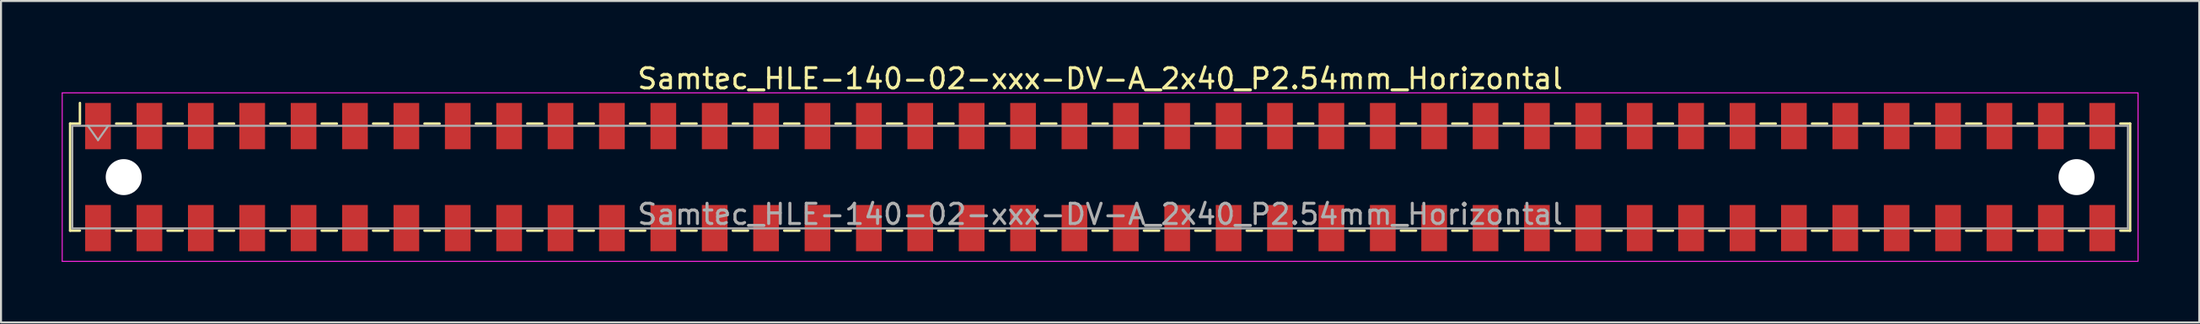
<source format=kicad_pcb>
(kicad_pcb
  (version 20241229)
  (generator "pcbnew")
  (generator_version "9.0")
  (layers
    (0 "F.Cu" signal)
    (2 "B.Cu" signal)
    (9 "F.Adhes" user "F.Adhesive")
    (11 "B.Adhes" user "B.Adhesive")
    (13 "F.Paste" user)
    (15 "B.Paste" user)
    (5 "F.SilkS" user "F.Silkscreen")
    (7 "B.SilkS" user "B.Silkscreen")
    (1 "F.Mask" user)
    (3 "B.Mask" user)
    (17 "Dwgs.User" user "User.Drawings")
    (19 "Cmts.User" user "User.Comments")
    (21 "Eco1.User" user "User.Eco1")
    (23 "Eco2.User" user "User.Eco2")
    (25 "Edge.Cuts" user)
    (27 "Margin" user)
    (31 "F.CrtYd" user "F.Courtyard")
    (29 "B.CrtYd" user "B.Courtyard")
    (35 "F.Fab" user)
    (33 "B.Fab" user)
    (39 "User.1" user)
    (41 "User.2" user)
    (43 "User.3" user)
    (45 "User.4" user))
  (footprint "Samtec_HLE-140-02-xxx-DV-A_2x40_P2.54mm_Horizontal"
    (layer "F.Cu")
    (at 51.325 5.718)
    (property "Reference" "Samtec_HLE-140-02-xxx-DV-A_2x40_P2.54mm_Horizontal" (at 0 -4.87 0) (layer "F.SilkS") (effects (font (size 1 1) (thickness 0.15))))
    (attr smd)
    (fp_line (start -50.91 -2.65) (end -50.91 2.65) (stroke (width 0.12) (type solid)) (layer "F.SilkS"))
    (fp_line (start -50.91 2.65) (end -50.425 2.65) (stroke (width 0.12) (type solid)) (layer "F.SilkS"))
    (fp_line (start -50.425 -3.67) (end -50.425 -2.65) (stroke (width 0.12) (type solid)) (layer "F.SilkS"))
    (fp_line (start -50.425 -2.65) (end -50.91 -2.65) (stroke (width 0.12) (type solid)) (layer "F.SilkS"))
    (fp_line (start -48.635 -2.65) (end -47.885 -2.65) (stroke (width 0.12) (type solid)) (layer "F.SilkS"))
    (fp_line (start -48.635 2.65) (end -47.885 2.65) (stroke (width 0.12) (type solid)) (layer "F.SilkS"))
    (fp_line (start -46.095 -2.65) (end -45.345 -2.65) (stroke (width 0.12) (type solid)) (layer "F.SilkS"))
    (fp_line (start -46.095 2.65) (end -45.345 2.65) (stroke (width 0.12) (type solid)) (layer "F.SilkS"))
    (fp_line (start -43.555 -2.65) (end -42.805 -2.65) (stroke (width 0.12) (type solid)) (layer "F.SilkS"))
    (fp_line (start -43.555 2.65) (end -42.805 2.65) (stroke (width 0.12) (type solid)) (layer "F.SilkS"))
    (fp_line (start -41.015 -2.65) (end -40.265 -2.65) (stroke (width 0.12) (type solid)) (layer "F.SilkS"))
    (fp_line (start -41.015 2.65) (end -40.265 2.65) (stroke (width 0.12) (type solid)) (layer "F.SilkS"))
    (fp_line (start -38.475 -2.65) (end -37.725 -2.65) (stroke (width 0.12) (type solid)) (layer "F.SilkS"))
    (fp_line (start -38.475 2.65) (end -37.725 2.65) (stroke (width 0.12) (type solid)) (layer "F.SilkS"))
    (fp_line (start -35.935 -2.65) (end -35.185 -2.65) (stroke (width 0.12) (type solid)) (layer "F.SilkS"))
    (fp_line (start -35.935 2.65) (end -35.185 2.65) (stroke (width 0.12) (type solid)) (layer "F.SilkS"))
    (fp_line (start -33.395 -2.65) (end -32.645 -2.65) (stroke (width 0.12) (type solid)) (layer "F.SilkS"))
    (fp_line (start -33.395 2.65) (end -32.645 2.65) (stroke (width 0.12) (type solid)) (layer "F.SilkS"))
    (fp_line (start -30.855 -2.65) (end -30.105 -2.65) (stroke (width 0.12) (type solid)) (layer "F.SilkS"))
    (fp_line (start -30.855 2.65) (end -30.105 2.65) (stroke (width 0.12) (type solid)) (layer "F.SilkS"))
    (fp_line (start -28.315 -2.65) (end -27.565 -2.65) (stroke (width 0.12) (type solid)) (layer "F.SilkS"))
    (fp_line (start -28.315 2.65) (end -27.565 2.65) (stroke (width 0.12) (type solid)) (layer "F.SilkS"))
    (fp_line (start -25.775 -2.65) (end -25.025 -2.65) (stroke (width 0.12) (type solid)) (layer "F.SilkS"))
    (fp_line (start -25.775 2.65) (end -25.025 2.65) (stroke (width 0.12) (type solid)) (layer "F.SilkS"))
    (fp_line (start -23.235 -2.65) (end -22.485 -2.65) (stroke (width 0.12) (type solid)) (layer "F.SilkS"))
    (fp_line (start -23.235 2.65) (end -22.485 2.65) (stroke (width 0.12) (type solid)) (layer "F.SilkS"))
    (fp_line (start -20.695 -2.65) (end -19.945 -2.65) (stroke (width 0.12) (type solid)) (layer "F.SilkS"))
    (fp_line (start -20.695 2.65) (end -19.945 2.65) (stroke (width 0.12) (type solid)) (layer "F.SilkS"))
    (fp_line (start -18.155 -2.65) (end -17.405 -2.65) (stroke (width 0.12) (type solid)) (layer "F.SilkS"))
    (fp_line (start -18.155 2.65) (end -17.405 2.65) (stroke (width 0.12) (type solid)) (layer "F.SilkS"))
    (fp_line (start -15.615 -2.65) (end -14.865 -2.65) (stroke (width 0.12) (type solid)) (layer "F.SilkS"))
    (fp_line (start -15.615 2.65) (end -14.865 2.65) (stroke (width 0.12) (type solid)) (layer "F.SilkS"))
    (fp_line (start -13.075 -2.65) (end -12.325 -2.65) (stroke (width 0.12) (type solid)) (layer "F.SilkS"))
    (fp_line (start -13.075 2.65) (end -12.325 2.65) (stroke (width 0.12) (type solid)) (layer "F.SilkS"))
    (fp_line (start -10.535 -2.65) (end -9.785 -2.65) (stroke (width 0.12) (type solid)) (layer "F.SilkS"))
    (fp_line (start -10.535 2.65) (end -9.785 2.65) (stroke (width 0.12) (type solid)) (layer "F.SilkS"))
    (fp_line (start -7.995 -2.65) (end -7.245 -2.65) (stroke (width 0.12) (type solid)) (layer "F.SilkS"))
    (fp_line (start -7.995 2.65) (end -7.245 2.65) (stroke (width 0.12) (type solid)) (layer "F.SilkS"))
    (fp_line (start -5.455 -2.65) (end -4.705 -2.65) (stroke (width 0.12) (type solid)) (layer "F.SilkS"))
    (fp_line (start -5.455 2.65) (end -4.705 2.65) (stroke (width 0.12) (type solid)) (layer "F.SilkS"))
    (fp_line (start -2.915 -2.65) (end -2.165 -2.65) (stroke (width 0.12) (type solid)) (layer "F.SilkS"))
    (fp_line (start -2.915 2.65) (end -2.165 2.65) (stroke (width 0.12) (type solid)) (layer "F.SilkS"))
    (fp_line (start -0.375 -2.65) (end 0.375 -2.65) (stroke (width 0.12) (type solid)) (layer "F.SilkS"))
    (fp_line (start -0.375 2.65) (end 0.375 2.65) (stroke (width 0.12) (type solid)) (layer "F.SilkS"))
    (fp_line (start 2.165 -2.65) (end 2.915 -2.65) (stroke (width 0.12) (type solid)) (layer "F.SilkS"))
    (fp_line (start 2.165 2.65) (end 2.915 2.65) (stroke (width 0.12) (type solid)) (layer "F.SilkS"))
    (fp_line (start 4.705 -2.65) (end 5.455 -2.65) (stroke (width 0.12) (type solid)) (layer "F.SilkS"))
    (fp_line (start 4.705 2.65) (end 5.455 2.65) (stroke (width 0.12) (type solid)) (layer "F.SilkS"))
    (fp_line (start 7.245 -2.65) (end 7.995 -2.65) (stroke (width 0.12) (type solid)) (layer "F.SilkS"))
    (fp_line (start 7.245 2.65) (end 7.995 2.65) (stroke (width 0.12) (type solid)) (layer "F.SilkS"))
    (fp_line (start 9.785 -2.65) (end 10.535 -2.65) (stroke (width 0.12) (type solid)) (layer "F.SilkS"))
    (fp_line (start 9.785 2.65) (end 10.535 2.65) (stroke (width 0.12) (type solid)) (layer "F.SilkS"))
    (fp_line (start 12.325 -2.65) (end 13.075 -2.65) (stroke (width 0.12) (type solid)) (layer "F.SilkS"))
    (fp_line (start 12.325 2.65) (end 13.075 2.65) (stroke (width 0.12) (type solid)) (layer "F.SilkS"))
    (fp_line (start 14.865 -2.65) (end 15.615 -2.65) (stroke (width 0.12) (type solid)) (layer "F.SilkS"))
    (fp_line (start 14.865 2.65) (end 15.615 2.65) (stroke (width 0.12) (type solid)) (layer "F.SilkS"))
    (fp_line (start 17.405 -2.65) (end 18.155 -2.65) (stroke (width 0.12) (type solid)) (layer "F.SilkS"))
    (fp_line (start 17.405 2.65) (end 18.155 2.65) (stroke (width 0.12) (type solid)) (layer "F.SilkS"))
    (fp_line (start 19.945 -2.65) (end 20.695 -2.65) (stroke (width 0.12) (type solid)) (layer "F.SilkS"))
    (fp_line (start 19.945 2.65) (end 20.695 2.65) (stroke (width 0.12) (type solid)) (layer "F.SilkS"))
    (fp_line (start 22.485 -2.65) (end 23.235 -2.65) (stroke (width 0.12) (type solid)) (layer "F.SilkS"))
    (fp_line (start 22.485 2.65) (end 23.235 2.65) (stroke (width 0.12) (type solid)) (layer "F.SilkS"))
    (fp_line (start 25.025 -2.65) (end 25.775 -2.65) (stroke (width 0.12) (type solid)) (layer "F.SilkS"))
    (fp_line (start 25.025 2.65) (end 25.775 2.65) (stroke (width 0.12) (type solid)) (layer "F.SilkS"))
    (fp_line (start 27.565 -2.65) (end 28.315 -2.65) (stroke (width 0.12) (type solid)) (layer "F.SilkS"))
    (fp_line (start 27.565 2.65) (end 28.315 2.65) (stroke (width 0.12) (type solid)) (layer "F.SilkS"))
    (fp_line (start 30.105 -2.65) (end 30.855 -2.65) (stroke (width 0.12) (type solid)) (layer "F.SilkS"))
    (fp_line (start 30.105 2.65) (end 30.855 2.65) (stroke (width 0.12) (type solid)) (layer "F.SilkS"))
    (fp_line (start 32.645 -2.65) (end 33.395 -2.65) (stroke (width 0.12) (type solid)) (layer "F.SilkS"))
    (fp_line (start 32.645 2.65) (end 33.395 2.65) (stroke (width 0.12) (type solid)) (layer "F.SilkS"))
    (fp_line (start 35.185 -2.65) (end 35.935 -2.65) (stroke (width 0.12) (type solid)) (layer "F.SilkS"))
    (fp_line (start 35.185 2.65) (end 35.935 2.65) (stroke (width 0.12) (type solid)) (layer "F.SilkS"))
    (fp_line (start 37.725 -2.65) (end 38.475 -2.65) (stroke (width 0.12) (type solid)) (layer "F.SilkS"))
    (fp_line (start 37.725 2.65) (end 38.475 2.65) (stroke (width 0.12) (type solid)) (layer "F.SilkS"))
    (fp_line (start 40.265 -2.65) (end 41.015 -2.65) (stroke (width 0.12) (type solid)) (layer "F.SilkS"))
    (fp_line (start 40.265 2.65) (end 41.015 2.65) (stroke (width 0.12) (type solid)) (layer "F.SilkS"))
    (fp_line (start 42.805 -2.65) (end 43.555 -2.65) (stroke (width 0.12) (type solid)) (layer "F.SilkS"))
    (fp_line (start 42.805 2.65) (end 43.555 2.65) (stroke (width 0.12) (type solid)) (layer "F.SilkS"))
    (fp_line (start 45.345 -2.65) (end 46.095 -2.65) (stroke (width 0.12) (type solid)) (layer "F.SilkS"))
    (fp_line (start 45.345 2.65) (end 46.095 2.65) (stroke (width 0.12) (type solid)) (layer "F.SilkS"))
    (fp_line (start 47.885 -2.65) (end 48.635 -2.65) (stroke (width 0.12) (type solid)) (layer "F.SilkS"))
    (fp_line (start 47.885 2.65) (end 48.635 2.65) (stroke (width 0.12) (type solid)) (layer "F.SilkS"))
    (fp_line (start 50.425 -2.65) (end 50.91 -2.65) (stroke (width 0.12) (type solid)) (layer "F.SilkS"))
    (fp_line (start 50.91 -2.65) (end 50.91 2.65) (stroke (width 0.12) (type solid)) (layer "F.SilkS"))
    (fp_line (start 50.91 2.65) (end 50.425 2.65) (stroke (width 0.12) (type solid)) (layer "F.SilkS"))
    (fp_line (start -51.3 -4.17) (end 51.3 -4.17) (stroke (width 0.05) (type solid)) (layer "F.CrtYd"))
    (fp_line (start -51.3 4.17) (end -51.3 -4.17) (stroke (width 0.05) (type solid)) (layer "F.CrtYd"))
    (fp_line (start 51.3 -4.17) (end 51.3 4.17) (stroke (width 0.05) (type solid)) (layer "F.CrtYd"))
    (fp_line (start 51.3 4.17) (end -51.3 4.17) (stroke (width 0.05) (type solid)) (layer "F.CrtYd"))
    (fp_line (start -50.8 -2.54) (end 50.8 -2.54) (stroke (width 0.1) (type solid)) (layer "F.Fab"))
    (fp_line (start -50.8 2.54) (end -50.8 -2.54) (stroke (width 0.1) (type solid)) (layer "F.Fab"))
    (fp_line (start -50.03 -2.54) (end -49.53 -1.833) (stroke (width 0.1) (type solid)) (layer "F.Fab"))
    (fp_line (start -49.53 -1.833) (end -49.03 -2.54) (stroke (width 0.1) (type solid)) (layer "F.Fab"))
    (fp_line (start 50.8 -2.54) (end 50.8 2.54) (stroke (width 0.1) (type solid)) (layer "F.Fab"))
    (fp_line (start 50.8 2.54) (end -50.8 2.54) (stroke (width 0.1) (type solid)) (layer "F.Fab"))
    (fp_text user "${REFERENCE}" (at 0 1.84 0) (layer "F.Fab") (effects (font (size 1 1) (thickness 0.15))))
    (pad "" np_thru_hole circle (at -48.26 0) (size 1.78 1.78) (drill 1.78) (layers "*.Cu" "*.Mask"))
    (pad "" np_thru_hole circle (at 48.26 0) (size 1.78 1.78) (drill 1.78) (layers "*.Cu" "*.Mask"))
    (pad "1" smd rect (at -49.53 -2.525) (size 1.27 2.29) (layers "F.Cu" "F.Mask" "F.Paste"))
    (pad "2" smd rect (at -49.53 2.525) (size 1.27 2.29) (layers "F.Cu" "F.Mask" "F.Paste"))
    (pad "3" smd rect (at -46.99 -2.525) (size 1.27 2.29) (layers "F.Cu" "F.Mask" "F.Paste"))
    (pad "4" smd rect (at -46.99 2.525) (size 1.27 2.29) (layers "F.Cu" "F.Mask" "F.Paste"))
    (pad "5" smd rect (at -44.45 -2.525) (size 1.27 2.29) (layers "F.Cu" "F.Mask" "F.Paste"))
    (pad "6" smd rect (at -44.45 2.525) (size 1.27 2.29) (layers "F.Cu" "F.Mask" "F.Paste"))
    (pad "7" smd rect (at -41.91 -2.525) (size 1.27 2.29) (layers "F.Cu" "F.Mask" "F.Paste"))
    (pad "8" smd rect (at -41.91 2.525) (size 1.27 2.29) (layers "F.Cu" "F.Mask" "F.Paste"))
    (pad "9" smd rect (at -39.37 -2.525) (size 1.27 2.29) (layers "F.Cu" "F.Mask" "F.Paste"))
    (pad "10" smd rect (at -39.37 2.525) (size 1.27 2.29) (layers "F.Cu" "F.Mask" "F.Paste"))
    (pad "11" smd rect (at -36.83 -2.525) (size 1.27 2.29) (layers "F.Cu" "F.Mask" "F.Paste"))
    (pad "12" smd rect (at -36.83 2.525) (size 1.27 2.29) (layers "F.Cu" "F.Mask" "F.Paste"))
    (pad "13" smd rect (at -34.29 -2.525) (size 1.27 2.29) (layers "F.Cu" "F.Mask" "F.Paste"))
    (pad "14" smd rect (at -34.29 2.525) (size 1.27 2.29) (layers "F.Cu" "F.Mask" "F.Paste"))
    (pad "15" smd rect (at -31.75 -2.525) (size 1.27 2.29) (layers "F.Cu" "F.Mask" "F.Paste"))
    (pad "16" smd rect (at -31.75 2.525) (size 1.27 2.29) (layers "F.Cu" "F.Mask" "F.Paste"))
    (pad "17" smd rect (at -29.21 -2.525) (size 1.27 2.29) (layers "F.Cu" "F.Mask" "F.Paste"))
    (pad "18" smd rect (at -29.21 2.525) (size 1.27 2.29) (layers "F.Cu" "F.Mask" "F.Paste"))
    (pad "19" smd rect (at -26.67 -2.525) (size 1.27 2.29) (layers "F.Cu" "F.Mask" "F.Paste"))
    (pad "20" smd rect (at -26.67 2.525) (size 1.27 2.29) (layers "F.Cu" "F.Mask" "F.Paste"))
    (pad "21" smd rect (at -24.13 -2.525) (size 1.27 2.29) (layers "F.Cu" "F.Mask" "F.Paste"))
    (pad "22" smd rect (at -24.13 2.525) (size 1.27 2.29) (layers "F.Cu" "F.Mask" "F.Paste"))
    (pad "23" smd rect (at -21.59 -2.525) (size 1.27 2.29) (layers "F.Cu" "F.Mask" "F.Paste"))
    (pad "24" smd rect (at -21.59 2.525) (size 1.27 2.29) (layers "F.Cu" "F.Mask" "F.Paste"))
    (pad "25" smd rect (at -19.05 -2.525) (size 1.27 2.29) (layers "F.Cu" "F.Mask" "F.Paste"))
    (pad "26" smd rect (at -19.05 2.525) (size 1.27 2.29) (layers "F.Cu" "F.Mask" "F.Paste"))
    (pad "27" smd rect (at -16.51 -2.525) (size 1.27 2.29) (layers "F.Cu" "F.Mask" "F.Paste"))
    (pad "28" smd rect (at -16.51 2.525) (size 1.27 2.29) (layers "F.Cu" "F.Mask" "F.Paste"))
    (pad "29" smd rect (at -13.97 -2.525) (size 1.27 2.29) (layers "F.Cu" "F.Mask" "F.Paste"))
    (pad "30" smd rect (at -13.97 2.525) (size 1.27 2.29) (layers "F.Cu" "F.Mask" "F.Paste"))
    (pad "31" smd rect (at -11.43 -2.525) (size 1.27 2.29) (layers "F.Cu" "F.Mask" "F.Paste"))
    (pad "32" smd rect (at -11.43 2.525) (size 1.27 2.29) (layers "F.Cu" "F.Mask" "F.Paste"))
    (pad "33" smd rect (at -8.89 -2.525) (size 1.27 2.29) (layers "F.Cu" "F.Mask" "F.Paste"))
    (pad "34" smd rect (at -8.89 2.525) (size 1.27 2.29) (layers "F.Cu" "F.Mask" "F.Paste"))
    (pad "35" smd rect (at -6.35 -2.525) (size 1.27 2.29) (layers "F.Cu" "F.Mask" "F.Paste"))
    (pad "36" smd rect (at -6.35 2.525) (size 1.27 2.29) (layers "F.Cu" "F.Mask" "F.Paste"))
    (pad "37" smd rect (at -3.81 -2.525) (size 1.27 2.29) (layers "F.Cu" "F.Mask" "F.Paste"))
    (pad "38" smd rect (at -3.81 2.525) (size 1.27 2.29) (layers "F.Cu" "F.Mask" "F.Paste"))
    (pad "39" smd rect (at -1.27 -2.525) (size 1.27 2.29) (layers "F.Cu" "F.Mask" "F.Paste"))
    (pad "40" smd rect (at -1.27 2.525) (size 1.27 2.29) (layers "F.Cu" "F.Mask" "F.Paste"))
    (pad "41" smd rect (at 1.27 -2.525) (size 1.27 2.29) (layers "F.Cu" "F.Mask" "F.Paste"))
    (pad "42" smd rect (at 1.27 2.525) (size 1.27 2.29) (layers "F.Cu" "F.Mask" "F.Paste"))
    (pad "43" smd rect (at 3.81 -2.525) (size 1.27 2.29) (layers "F.Cu" "F.Mask" "F.Paste"))
    (pad "44" smd rect (at 3.81 2.525) (size 1.27 2.29) (layers "F.Cu" "F.Mask" "F.Paste"))
    (pad "45" smd rect (at 6.35 -2.525) (size 1.27 2.29) (layers "F.Cu" "F.Mask" "F.Paste"))
    (pad "46" smd rect (at 6.35 2.525) (size 1.27 2.29) (layers "F.Cu" "F.Mask" "F.Paste"))
    (pad "47" smd rect (at 8.89 -2.525) (size 1.27 2.29) (layers "F.Cu" "F.Mask" "F.Paste"))
    (pad "48" smd rect (at 8.89 2.525) (size 1.27 2.29) (layers "F.Cu" "F.Mask" "F.Paste"))
    (pad "49" smd rect (at 11.43 -2.525) (size 1.27 2.29) (layers "F.Cu" "F.Mask" "F.Paste"))
    (pad "50" smd rect (at 11.43 2.525) (size 1.27 2.29) (layers "F.Cu" "F.Mask" "F.Paste"))
    (pad "51" smd rect (at 13.97 -2.525) (size 1.27 2.29) (layers "F.Cu" "F.Mask" "F.Paste"))
    (pad "52" smd rect (at 13.97 2.525) (size 1.27 2.29) (layers "F.Cu" "F.Mask" "F.Paste"))
    (pad "53" smd rect (at 16.51 -2.525) (size 1.27 2.29) (layers "F.Cu" "F.Mask" "F.Paste"))
    (pad "54" smd rect (at 16.51 2.525) (size 1.27 2.29) (layers "F.Cu" "F.Mask" "F.Paste"))
    (pad "55" smd rect (at 19.05 -2.525) (size 1.27 2.29) (layers "F.Cu" "F.Mask" "F.Paste"))
    (pad "56" smd rect (at 19.05 2.525) (size 1.27 2.29) (layers "F.Cu" "F.Mask" "F.Paste"))
    (pad "57" smd rect (at 21.59 -2.525) (size 1.27 2.29) (layers "F.Cu" "F.Mask" "F.Paste"))
    (pad "58" smd rect (at 21.59 2.525) (size 1.27 2.29) (layers "F.Cu" "F.Mask" "F.Paste"))
    (pad "59" smd rect (at 24.13 -2.525) (size 1.27 2.29) (layers "F.Cu" "F.Mask" "F.Paste"))
    (pad "60" smd rect (at 24.13 2.525) (size 1.27 2.29) (layers "F.Cu" "F.Mask" "F.Paste"))
    (pad "61" smd rect (at 26.67 -2.525) (size 1.27 2.29) (layers "F.Cu" "F.Mask" "F.Paste"))
    (pad "62" smd rect (at 26.67 2.525) (size 1.27 2.29) (layers "F.Cu" "F.Mask" "F.Paste"))
    (pad "63" smd rect (at 29.21 -2.525) (size 1.27 2.29) (layers "F.Cu" "F.Mask" "F.Paste"))
    (pad "64" smd rect (at 29.21 2.525) (size 1.27 2.29) (layers "F.Cu" "F.Mask" "F.Paste"))
    (pad "65" smd rect (at 31.75 -2.525) (size 1.27 2.29) (layers "F.Cu" "F.Mask" "F.Paste"))
    (pad "66" smd rect (at 31.75 2.525) (size 1.27 2.29) (layers "F.Cu" "F.Mask" "F.Paste"))
    (pad "67" smd rect (at 34.29 -2.525) (size 1.27 2.29) (layers "F.Cu" "F.Mask" "F.Paste"))
    (pad "68" smd rect (at 34.29 2.525) (size 1.27 2.29) (layers "F.Cu" "F.Mask" "F.Paste"))
    (pad "69" smd rect (at 36.83 -2.525) (size 1.27 2.29) (layers "F.Cu" "F.Mask" "F.Paste"))
    (pad "70" smd rect (at 36.83 2.525) (size 1.27 2.29) (layers "F.Cu" "F.Mask" "F.Paste"))
    (pad "71" smd rect (at 39.37 -2.525) (size 1.27 2.29) (layers "F.Cu" "F.Mask" "F.Paste"))
    (pad "72" smd rect (at 39.37 2.525) (size 1.27 2.29) (layers "F.Cu" "F.Mask" "F.Paste"))
    (pad "73" smd rect (at 41.91 -2.525) (size 1.27 2.29) (layers "F.Cu" "F.Mask" "F.Paste"))
    (pad "74" smd rect (at 41.91 2.525) (size 1.27 2.29) (layers "F.Cu" "F.Mask" "F.Paste"))
    (pad "75" smd rect (at 44.45 -2.525) (size 1.27 2.29) (layers "F.Cu" "F.Mask" "F.Paste"))
    (pad "76" smd rect (at 44.45 2.525) (size 1.27 2.29) (layers "F.Cu" "F.Mask" "F.Paste"))
    (pad "77" smd rect (at 46.99 -2.525) (size 1.27 2.29) (layers "F.Cu" "F.Mask" "F.Paste"))
    (pad "78" smd rect (at 46.99 2.525) (size 1.27 2.29) (layers "F.Cu" "F.Mask" "F.Paste"))
    (pad "79" smd rect (at 49.53 -2.525) (size 1.27 2.29) (layers "F.Cu" "F.Mask" "F.Paste"))
    (pad "80" smd rect (at 49.53 2.525) (size 1.27 2.29) (layers "F.Cu" "F.Mask" "F.Paste")))
  (gr_rect
    (start -3 -3)
    (end 105.65 12.913)
    (stroke (width 0.1) (type default))
    (fill no)
    (layer "Edge.Cuts")))
</source>
